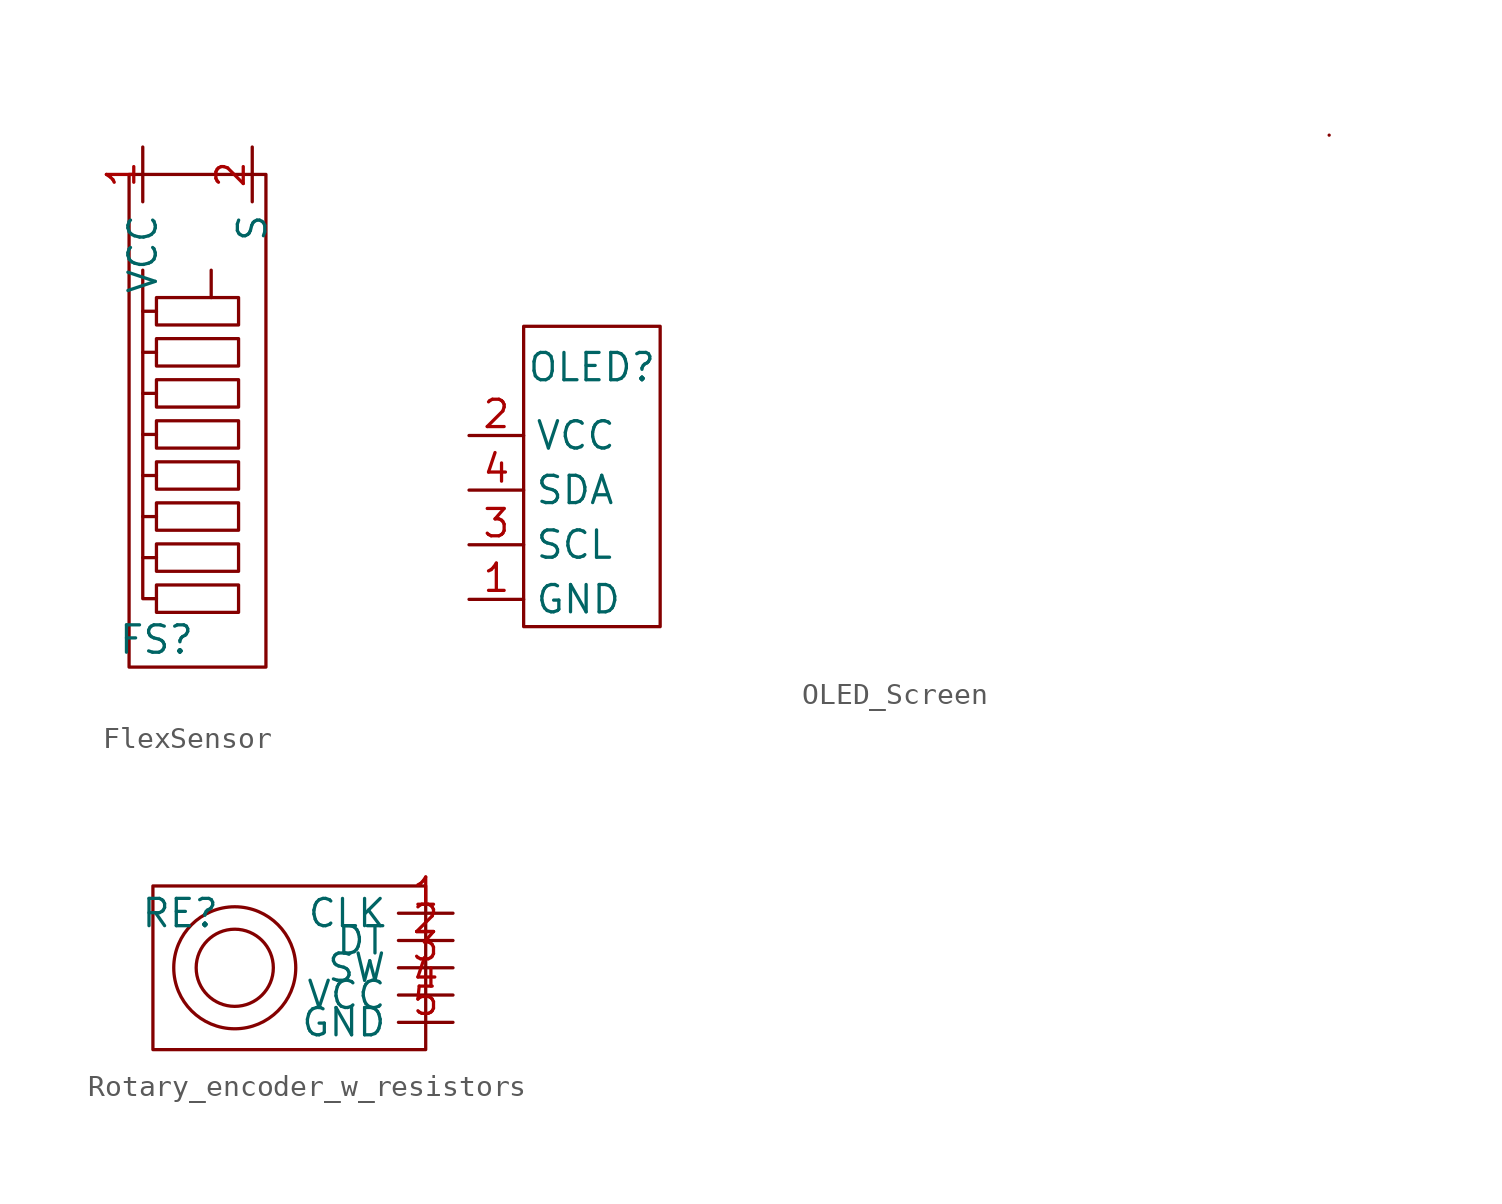
<source format=kicad_sym>
(kicad_symbol_lib
  (version 20220914)
  (generator kicad_symbol_editor)
  (symbol "FlexSensor"
    (property "Reference" "FS"
      (at -0.635 -19.05 0)
      (effects (font (size 1.27 1.27))))
    (property "Value" ""
      (at 0.635 0 0)
      (effects (font (size 1.27 1.27))))
    (symbol "FlexSensor_0_1"
      (rectangle (start -1.905 2.54) (end 4.445 -20.32) (stroke (width 0) (type default)) (fill (type none)))
      (rectangle (start -0.635 -16.51) (end 3.175 -17.78) (stroke (width 0) (type default)) (fill (type none)))
      (rectangle (start -0.635 -14.605) (end 3.175 -15.875) (stroke (width 0) (type default)) (fill (type none)))
      (rectangle (start -0.635 -12.7) (end 3.175 -13.97) (stroke (width 0) (type default)) (fill (type none)))
      (rectangle (start -0.635 -10.795) (end 3.175 -12.065) (stroke (width 0) (type default)) (fill (type none)))
      (rectangle (start -0.635 -8.89) (end 3.175 -10.16) (stroke (width 0) (type default)) (fill (type none)))
      (rectangle (start -0.635 -6.985) (end 3.175 -8.255) (stroke (width 0) (type default)) (fill (type none)))
      (rectangle (start -0.635 -5.08) (end 3.175 -6.35) (stroke (width 0) (type default)) (fill (type none)))
      (rectangle (start -0.635 -3.175) (end 3.175 -4.445) (stroke (width 0) (type default)) (fill (type none)))
      (polyline (pts (xy -1.27 -15.24) (xy -0.635 -15.24)) (stroke (width 0) (type default)) (fill (type none)))
      (polyline (pts (xy -1.27 -13.335) (xy -0.635 -13.335)) (stroke (width 0) (type default)) (fill (type none)))
      (polyline (pts (xy -1.27 -11.43) (xy -0.635 -11.43)) (stroke (width 0) (type default)) (fill (type none)))
      (polyline (pts (xy -1.27 -9.525) (xy -0.635 -9.525)) (stroke (width 0) (type default)) (fill (type none)))
      (polyline (pts (xy -1.27 -7.62) (xy -0.635 -7.62)) (stroke (width 0) (type default)) (fill (type none)))
      (polyline (pts (xy -1.27 -5.715) (xy -0.635 -5.715)) (stroke (width 0) (type default)) (fill (type none)))
      (polyline (pts (xy -1.27 -3.81) (xy -0.635 -3.81)) (stroke (width 0) (type default)) (fill (type none)))
      (polyline (pts (xy 1.905 -3.175) (xy 1.905 -1.905)) (stroke (width 0) (type default)) (fill (type none)))
      (polyline (pts (xy -1.27 -1.905) (xy -1.27 -17.145) (xy -0.635 -17.145)) (stroke (width 0) (type default)) (fill (type none))))
    (symbol "FlexSensor_1_1"
      (pin power_in line (at -1.27 3.81 270) (length 2.54) (name "VCC" (effects (font (size 1.27 1.27)))) (number "1" (effects (font (size 1.27 1.27)))))
      (pin input line (at 3.81 3.81 270) (length 2.54) (name "S" (effects (font (size 1.27 1.27)))) (number "2" (effects (font (size 1.27 1.27)))))))
  (symbol "OLED_Screen"
    (property "Reference" "OLED"
      (at -3.175 5.715 0)
      (effects (font (size 1.27 1.27))))
    (property "Value" ""
      (at -3.175 4.445 0)
      (effects (font (size 1.27 1.27))))
    (symbol "OLED_Screen_0_1"
      (rectangle (start -6.35 7.62) (end 0 -6.35) (stroke (width 0) (type default)) (fill (type none)))
      (rectangle (start 31.115 16.51) (end 31.115 16.51) (stroke (width 0) (type default)) (fill (type none))))
    (symbol "OLED_Screen_1_1"
      (pin power_in line (at -8.89 -5.08 0) (length 2.54) (name "GND" (effects (font (size 1.27 1.27)))) (number "1" (effects (font (size 1.27 1.27)))))
      (pin power_in line (at -8.89 2.54 0) (length 2.54) (name "VCC" (effects (font (size 1.27 1.27)))) (number "2" (effects (font (size 1.27 1.27)))))
      (pin input line (at -8.89 -2.54 0) (length 2.54) (name "SCL" (effects (font (size 1.27 1.27)))) (number "3" (effects (font (size 1.27 1.27)))))
      (pin input line (at -8.89 0 0) (length 2.54) (name "SDA" (effects (font (size 1.27 1.27)))) (number "4" (effects (font (size 1.27 1.27)))))))
  (symbol "Rotary_encoder_w_resistors"
    (property "Reference" "RE"
      (at -6.35 2.54 0)
      (effects (font (size 1.27 1.27))))
    (property "Value" ""
      (at 0 0 0)
      (effects (font (size 1.27 1.27))))
    (symbol "Rotary_encoder_w_resistors_0_1"
      (rectangle (start -7.62 3.81) (end 5.08 -3.81) (stroke (width 0) (type default)) (fill (type none)))
      (circle (center -3.81 0) (radius 2.84) (stroke (width 0) (type default)) (fill (type none)))
      (circle (center -3.81 0) (radius 1.796) (stroke (width 0) (type default)) (fill (type none))))
    (symbol "Rotary_encoder_w_resistors_1_1"
      (pin input line (at 6.35 2.54 180) (length 2.54) (name "CLK" (effects (font (size 1.27 1.27)))) (number "1" (effects (font (size 1.27 1.27)))))
      (pin input line (at 6.35 1.27 180) (length 2.54) (name "DT" (effects (font (size 1.27 1.27)))) (number "2" (effects (font (size 1.27 1.27)))))
      (pin input line (at 6.35 0 180) (length 2.54) (name "SW" (effects (font (size 1.27 1.27)))) (number "3" (effects (font (size 1.27 1.27)))))
      (pin power_in line (at 6.35 -1.27 180) (length 2.54) (name "VCC" (effects (font (size 1.27 1.27)))) (number "4" (effects (font (size 1.27 1.27)))))
      (pin power_in line (at 6.35 -2.54 180) (length 2.54) (name "GND" (effects (font (size 1.27 1.27)))) (number "5" (effects (font (size 1.27 1.27))))))))
</source>
